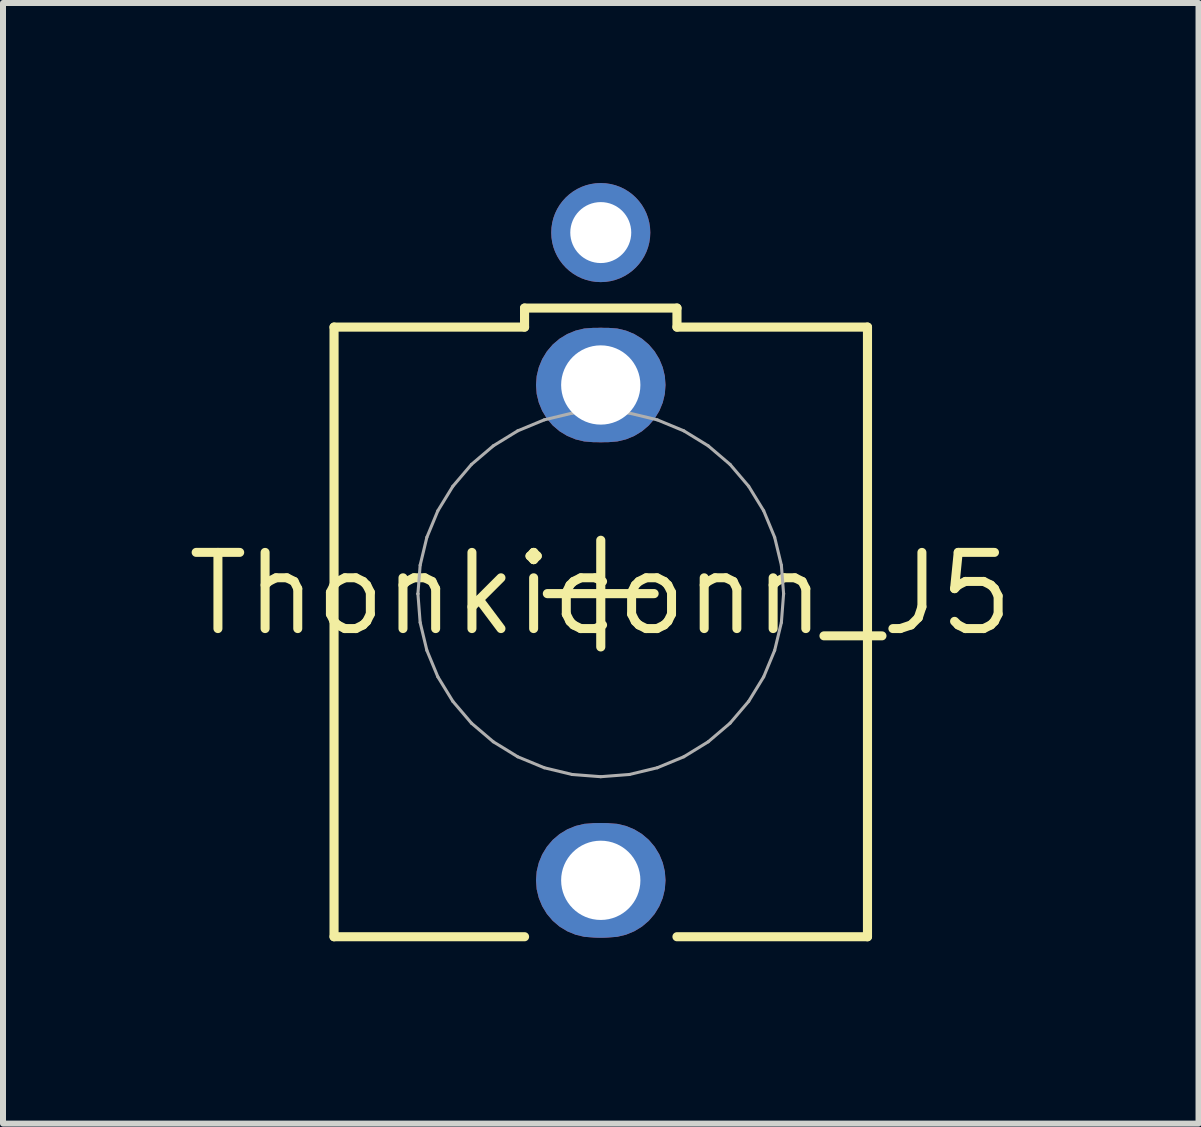
<source format=kicad_pcb>
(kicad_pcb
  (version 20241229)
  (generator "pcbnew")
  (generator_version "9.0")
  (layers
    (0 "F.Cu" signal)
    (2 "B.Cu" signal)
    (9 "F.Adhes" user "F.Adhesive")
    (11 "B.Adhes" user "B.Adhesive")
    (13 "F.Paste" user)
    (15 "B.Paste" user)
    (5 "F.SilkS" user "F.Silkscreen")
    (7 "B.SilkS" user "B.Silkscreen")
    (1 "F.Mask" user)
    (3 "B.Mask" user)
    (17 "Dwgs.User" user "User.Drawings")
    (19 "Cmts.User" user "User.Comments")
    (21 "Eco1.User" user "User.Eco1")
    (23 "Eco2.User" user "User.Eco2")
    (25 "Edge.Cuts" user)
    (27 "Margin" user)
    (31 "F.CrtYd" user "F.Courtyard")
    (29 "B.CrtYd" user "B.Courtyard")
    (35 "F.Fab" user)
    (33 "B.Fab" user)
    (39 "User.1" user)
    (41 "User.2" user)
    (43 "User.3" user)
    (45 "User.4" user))
  (footprint "Thonkiconn_J5"
    (layer "F.Cu")
    (at 6.962 6.846)
    (property "Reference" "Thonkiconn_J5" (at 0 0 0) (layer "F.SilkS") (effects (font (size 1.27 1.27) (thickness 0.15))))
    (fp_poly (pts (xy 0.276 -4.421) (xy 0.421 -4.386) (xy 0.559 -4.329) (xy 0.687 -4.251) (xy 0.801 -4.154) (xy 0.898 -4.04) (xy 0.976 -3.912) (xy 1.033 -3.774) (xy 1.068 -3.629) (xy 1.079 -3.48) (xy 1.068 -3.331) (xy 1.033 -3.186) (xy 0.976 -3.048) (xy 0.898 -2.92) (xy 0.801 -2.806) (xy 0.687 -2.709) (xy 0.559 -2.631) (xy 0.421 -2.574) (xy 0.276 -2.539) (xy 0.127 -2.527) (xy -0.127 -2.527) (xy -0.276 -2.539) (xy -0.421 -2.574) (xy -0.559 -2.631) (xy -0.687 -2.709) (xy -0.801 -2.806) (xy -0.898 -2.92) (xy -0.976 -3.048) (xy -1.033 -3.186) (xy -1.068 -3.331) (xy -1.079 -3.48) (xy -1.068 -3.629) (xy -1.033 -3.774) (xy -0.976 -3.912) (xy -0.898 -4.04) (xy -0.801 -4.154) (xy -0.687 -4.251) (xy -0.559 -4.329) (xy -0.421 -4.386) (xy -0.276 -4.421) (xy -0.127 -4.432) (xy 0.127 -4.432)) (stroke (width 0) (type default)) (fill yes) (layer "F.Cu"))
    (fp_poly (pts (xy 0.276 3.834) (xy 0.421 3.869) (xy 0.559 3.926) (xy 0.687 4.004) (xy 0.801 4.101) (xy 0.898 4.215) (xy 0.976 4.343) (xy 1.033 4.481) (xy 1.068 4.626) (xy 1.079 4.775) (xy 1.068 4.924) (xy 1.033 5.069) (xy 0.976 5.207) (xy 0.898 5.335) (xy 0.801 5.449) (xy 0.687 5.546) (xy 0.559 5.624) (xy 0.421 5.681) (xy 0.276 5.716) (xy 0.127 5.728) (xy -0.127 5.728) (xy -0.276 5.716) (xy -0.421 5.681) (xy -0.559 5.624) (xy -0.687 5.546) (xy -0.801 5.449) (xy -0.898 5.335) (xy -0.976 5.207) (xy -1.033 5.069) (xy -1.068 4.924) (xy -1.079 4.775) (xy -1.068 4.626) (xy -1.033 4.481) (xy -0.976 4.343) (xy -0.898 4.215) (xy -0.801 4.101) (xy -0.687 4.004) (xy -0.559 3.926) (xy -0.421 3.869) (xy -0.276 3.834) (xy -0.127 3.823) (xy 0.127 3.823)) (stroke (width 0) (type default)) (fill yes) (layer "F.Cu"))
    (fp_poly (pts (xy 0.292 -4.522) (xy 0.453 -4.483) (xy 0.606 -4.42) (xy 0.748 -4.334) (xy 0.873 -4.226) (xy 0.981 -4.1) (xy 1.067 -3.958) (xy 1.131 -3.806) (xy 1.169 -3.645) (xy 1.182 -3.48) (xy 1.169 -3.315) (xy 1.131 -3.154) (xy 1.067 -3.001) (xy 0.981 -2.859) (xy 0.873 -2.733) (xy 0.748 -2.626) (xy 0.606 -2.54) (xy 0.453 -2.476) (xy 0.292 -2.438) (xy 0.127 -2.425) (xy -0.127 -2.425) (xy -0.292 -2.438) (xy -0.453 -2.476) (xy -0.606 -2.54) (xy -0.748 -2.626) (xy -0.873 -2.733) (xy -0.981 -2.859) (xy -1.067 -3.001) (xy -1.131 -3.154) (xy -1.169 -3.315) (xy -1.182 -3.48) (xy -1.169 -3.645) (xy -1.131 -3.806) (xy -1.067 -3.958) (xy -0.981 -4.1) (xy -0.873 -4.226) (xy -0.748 -4.334) (xy -0.606 -4.42) (xy -0.453 -4.483) (xy -0.292 -4.522) (xy -0.127 -4.535) (xy 0.127 -4.535)) (stroke (width 0) (type default)) (fill yes) (layer "F.Mask"))
    (fp_poly (pts (xy 0.292 3.733) (xy 0.453 3.772) (xy 0.606 3.835) (xy 0.748 3.921) (xy 0.873 4.029) (xy 0.981 4.155) (xy 1.067 4.297) (xy 1.131 4.449) (xy 1.169 4.61) (xy 1.182 4.775) (xy 1.169 4.94) (xy 1.131 5.101) (xy 1.067 5.254) (xy 0.981 5.396) (xy 0.873 5.522) (xy 0.748 5.629) (xy 0.606 5.715) (xy 0.453 5.779) (xy 0.292 5.817) (xy 0.127 5.83) (xy -0.127 5.83) (xy -0.292 5.817) (xy -0.453 5.779) (xy -0.606 5.715) (xy -0.748 5.629) (xy -0.873 5.522) (xy -0.981 5.396) (xy -1.067 5.254) (xy -1.131 5.101) (xy -1.169 4.94) (xy -1.182 4.775) (xy -1.169 4.61) (xy -1.131 4.449) (xy -1.067 4.297) (xy -0.981 4.155) (xy -0.873 4.029) (xy -0.748 3.921) (xy -0.606 3.835) (xy -0.453 3.772) (xy -0.292 3.733) (xy -0.127 3.72) (xy 0.127 3.72)) (stroke (width 0) (type default)) (fill yes) (layer "F.Mask"))
    (fp_poly (pts (xy 0.276 -4.421) (xy 0.421 -4.386) (xy 0.559 -4.329) (xy 0.687 -4.251) (xy 0.801 -4.154) (xy 0.898 -4.04) (xy 0.976 -3.912) (xy 1.033 -3.774) (xy 1.068 -3.629) (xy 1.079 -3.48) (xy 1.068 -3.331) (xy 1.033 -3.186) (xy 0.976 -3.048) (xy 0.898 -2.92) (xy 0.801 -2.806) (xy 0.687 -2.709) (xy 0.559 -2.631) (xy 0.421 -2.574) (xy 0.276 -2.539) (xy 0.127 -2.527) (xy -0.127 -2.527) (xy -0.276 -2.539) (xy -0.421 -2.574) (xy -0.559 -2.631) (xy -0.687 -2.709) (xy -0.801 -2.806) (xy -0.898 -2.92) (xy -0.976 -3.048) (xy -1.033 -3.186) (xy -1.068 -3.331) (xy -1.079 -3.48) (xy -1.068 -3.629) (xy -1.033 -3.774) (xy -0.976 -3.912) (xy -0.898 -4.04) (xy -0.801 -4.154) (xy -0.687 -4.251) (xy -0.559 -4.329) (xy -0.421 -4.386) (xy -0.276 -4.421) (xy -0.127 -4.432) (xy 0.127 -4.432)) (stroke (width 0) (type default)) (fill yes) (layer "B.Cu"))
    (fp_poly (pts (xy 0.276 3.834) (xy 0.421 3.869) (xy 0.559 3.926) (xy 0.687 4.004) (xy 0.801 4.101) (xy 0.898 4.215) (xy 0.976 4.343) (xy 1.033 4.481) (xy 1.068 4.626) (xy 1.079 4.775) (xy 1.068 4.924) (xy 1.033 5.069) (xy 0.976 5.207) (xy 0.898 5.335) (xy 0.801 5.449) (xy 0.687 5.546) (xy 0.559 5.624) (xy 0.421 5.681) (xy 0.276 5.716) (xy 0.127 5.728) (xy -0.127 5.728) (xy -0.276 5.716) (xy -0.421 5.681) (xy -0.559 5.624) (xy -0.687 5.546) (xy -0.801 5.449) (xy -0.898 5.335) (xy -0.976 5.207) (xy -1.033 5.069) (xy -1.068 4.924) (xy -1.079 4.775) (xy -1.068 4.626) (xy -1.033 4.481) (xy -0.976 4.343) (xy -0.898 4.215) (xy -0.801 4.101) (xy -0.687 4.004) (xy -0.559 3.926) (xy -0.421 3.869) (xy -0.276 3.834) (xy -0.127 3.823) (xy 0.127 3.823)) (stroke (width 0) (type default)) (fill yes) (layer "B.Cu"))
    (fp_poly (pts (xy 0.292 -4.522) (xy 0.453 -4.483) (xy 0.606 -4.42) (xy 0.748 -4.334) (xy 0.873 -4.226) (xy 0.981 -4.1) (xy 1.067 -3.958) (xy 1.131 -3.806) (xy 1.169 -3.645) (xy 1.182 -3.48) (xy 1.169 -3.315) (xy 1.131 -3.154) (xy 1.067 -3.001) (xy 0.981 -2.859) (xy 0.873 -2.733) (xy 0.748 -2.626) (xy 0.606 -2.54) (xy 0.453 -2.476) (xy 0.292 -2.438) (xy 0.127 -2.425) (xy -0.127 -2.425) (xy -0.292 -2.438) (xy -0.453 -2.476) (xy -0.606 -2.54) (xy -0.748 -2.626) (xy -0.873 -2.733) (xy -0.981 -2.859) (xy -1.067 -3.001) (xy -1.131 -3.154) (xy -1.169 -3.315) (xy -1.182 -3.48) (xy -1.169 -3.645) (xy -1.131 -3.806) (xy -1.067 -3.958) (xy -0.981 -4.1) (xy -0.873 -4.226) (xy -0.748 -4.334) (xy -0.606 -4.42) (xy -0.453 -4.483) (xy -0.292 -4.522) (xy -0.127 -4.535) (xy 0.127 -4.535)) (stroke (width 0) (type default)) (fill yes) (layer "B.Mask"))
    (fp_poly (pts (xy 0.292 3.733) (xy 0.453 3.772) (xy 0.606 3.835) (xy 0.748 3.921) (xy 0.873 4.029) (xy 0.981 4.155) (xy 1.067 4.297) (xy 1.131 4.449) (xy 1.169 4.61) (xy 1.182 4.775) (xy 1.169 4.94) (xy 1.131 5.101) (xy 1.067 5.254) (xy 0.981 5.396) (xy 0.873 5.522) (xy 0.748 5.629) (xy 0.606 5.715) (xy 0.453 5.779) (xy 0.292 5.817) (xy 0.127 5.83) (xy -0.127 5.83) (xy -0.292 5.817) (xy -0.453 5.779) (xy -0.606 5.715) (xy -0.748 5.629) (xy -0.873 5.522) (xy -0.981 5.396) (xy -1.067 5.254) (xy -1.131 5.101) (xy -1.169 4.94) (xy -1.182 4.775) (xy -1.169 4.61) (xy -1.131 4.449) (xy -1.067 4.297) (xy -0.981 4.155) (xy -0.873 4.029) (xy -0.748 3.921) (xy -0.606 3.835) (xy -0.453 3.772) (xy -0.292 3.733) (xy -0.127 3.72) (xy 0.127 3.72)) (stroke (width 0) (type default)) (fill yes) (layer "B.Mask"))
    (fp_line (start -4.445 -4.445) (end -4.445 5.715) (stroke (width 0.152) (type solid)) (layer "F.SilkS"))
    (fp_line (start -1.27 -4.762) (end 1.27 -4.762) (stroke (width 0.152) (type solid)) (layer "F.SilkS"))
    (fp_line (start -1.27 -4.445) (end -4.445 -4.445) (stroke (width 0.152) (type solid)) (layer "F.SilkS"))
    (fp_line (start -1.27 -4.445) (end -1.27 -4.762) (stroke (width 0.152) (type solid)) (layer "F.SilkS"))
    (fp_line (start -1.27 5.715) (end -4.445 5.715) (stroke (width 0.152) (type solid)) (layer "F.SilkS"))
    (fp_line (start -0.89 -0.003) (end 0.889 -0.003) (stroke (width 0.152) (type solid)) (layer "F.SilkS"))
    (fp_line (start 0 0.885) (end 0 -0.892) (stroke (width 0.152) (type solid)) (layer "F.SilkS"))
    (fp_line (start 1.27 -4.762) (end 1.27 -4.445) (stroke (width 0.152) (type solid)) (layer "F.SilkS"))
    (fp_line (start 1.27 -4.445) (end 4.445 -4.445) (stroke (width 0.152) (type solid)) (layer "F.SilkS"))
    (fp_line (start 1.27 5.715) (end 4.445 5.715) (stroke (width 0.152) (type solid)) (layer "F.SilkS"))
    (fp_line (start 4.445 5.715) (end 4.445 -4.445) (stroke (width 0.152) (type solid)) (layer "F.SilkS"))
    (fp_line (start -3.047 -0.001) (end -3.047 0.001) (stroke (width 0.051) (type solid)) (layer "F.Fab"))
    (fp_line (start -3.047 0.001) (end -3.01 0.478) (stroke (width 0.051) (type solid)) (layer "F.Fab"))
    (fp_line (start -3.01 -0.477) (end -3.047 -0.001) (stroke (width 0.051) (type solid)) (layer "F.Fab"))
    (fp_line (start -3.01 0.478) (end -2.898 0.943) (stroke (width 0.051) (type solid)) (layer "F.Fab"))
    (fp_line (start -2.898 -0.942) (end -3.01 -0.477) (stroke (width 0.051) (type solid)) (layer "F.Fab"))
    (fp_line (start -2.898 0.943) (end -2.715 1.384) (stroke (width 0.051) (type solid)) (layer "F.Fab"))
    (fp_line (start -2.715 -1.384) (end -2.898 -0.942) (stroke (width 0.051) (type solid)) (layer "F.Fab"))
    (fp_line (start -2.715 1.384) (end -2.465 1.792) (stroke (width 0.051) (type solid)) (layer "F.Fab"))
    (fp_line (start -2.465 -1.792) (end -2.715 -1.384) (stroke (width 0.051) (type solid)) (layer "F.Fab"))
    (fp_line (start -2.465 1.792) (end -2.155 2.156) (stroke (width 0.051) (type solid)) (layer "F.Fab"))
    (fp_line (start -2.155 -2.156) (end -2.465 -1.792) (stroke (width 0.051) (type solid)) (layer "F.Fab"))
    (fp_line (start -2.155 2.156) (end -1.791 2.466) (stroke (width 0.051) (type solid)) (layer "F.Fab"))
    (fp_line (start -1.791 -2.466) (end -2.155 -2.156) (stroke (width 0.051) (type solid)) (layer "F.Fab"))
    (fp_line (start -1.791 2.466) (end -1.384 2.716) (stroke (width 0.051) (type solid)) (layer "F.Fab"))
    (fp_line (start -1.384 -2.716) (end -1.791 -2.466) (stroke (width 0.051) (type solid)) (layer "F.Fab"))
    (fp_line (start -1.384 2.716) (end -0.942 2.899) (stroke (width 0.051) (type solid)) (layer "F.Fab"))
    (fp_line (start -0.942 -2.899) (end -1.384 -2.716) (stroke (width 0.051) (type solid)) (layer "F.Fab"))
    (fp_line (start -0.942 2.899) (end -0.477 3.011) (stroke (width 0.051) (type solid)) (layer "F.Fab"))
    (fp_line (start -0.477 -3.011) (end -0.942 -2.899) (stroke (width 0.051) (type solid)) (layer "F.Fab"))
    (fp_line (start -0.477 3.011) (end 0 3.048) (stroke (width 0.051) (type solid)) (layer "F.Fab"))
    (fp_line (start 0 -3.048) (end -0.477 -3.011) (stroke (width 0.051) (type solid)) (layer "F.Fab"))
    (fp_line (start 0 3.048) (end 0.477 3.011) (stroke (width 0.051) (type solid)) (layer "F.Fab"))
    (fp_line (start 0.477 -3.011) (end 0 -3.048) (stroke (width 0.051) (type solid)) (layer "F.Fab"))
    (fp_line (start 0.477 3.011) (end 0.942 2.899) (stroke (width 0.051) (type solid)) (layer "F.Fab"))
    (fp_line (start 0.942 -2.899) (end 0.477 -3.011) (stroke (width 0.051) (type solid)) (layer "F.Fab"))
    (fp_line (start 0.942 2.899) (end 1.384 2.716) (stroke (width 0.051) (type solid)) (layer "F.Fab"))
    (fp_line (start 1.384 -2.716) (end 0.942 -2.899) (stroke (width 0.051) (type solid)) (layer "F.Fab"))
    (fp_line (start 1.384 2.716) (end 1.791 2.466) (stroke (width 0.051) (type solid)) (layer "F.Fab"))
    (fp_line (start 1.791 -2.466) (end 1.384 -2.716) (stroke (width 0.051) (type solid)) (layer "F.Fab"))
    (fp_line (start 1.791 2.466) (end 2.155 2.156) (stroke (width 0.051) (type solid)) (layer "F.Fab"))
    (fp_line (start 2.155 -2.156) (end 1.791 -2.466) (stroke (width 0.051) (type solid)) (layer "F.Fab"))
    (fp_line (start 2.155 2.156) (end 2.465 1.792) (stroke (width 0.051) (type solid)) (layer "F.Fab"))
    (fp_line (start 2.465 -1.792) (end 2.155 -2.156) (stroke (width 0.051) (type solid)) (layer "F.Fab"))
    (fp_line (start 2.465 1.792) (end 2.715 1.384) (stroke (width 0.051) (type solid)) (layer "F.Fab"))
    (fp_line (start 2.715 -1.384) (end 2.465 -1.792) (stroke (width 0.051) (type solid)) (layer "F.Fab"))
    (fp_line (start 2.715 1.384) (end 2.898 0.943) (stroke (width 0.051) (type solid)) (layer "F.Fab"))
    (fp_line (start 2.898 -0.942) (end 2.715 -1.384) (stroke (width 0.051) (type solid)) (layer "F.Fab"))
    (fp_line (start 2.898 0.943) (end 3.01 0.478) (stroke (width 0.051) (type solid)) (layer "F.Fab"))
    (fp_line (start 3.01 -0.477) (end 2.898 -0.942) (stroke (width 0.051) (type solid)) (layer "F.Fab"))
    (fp_line (start 3.01 0.478) (end 3.047 0.001) (stroke (width 0.051) (type solid)) (layer "F.Fab"))
    (fp_line (start 3.047 -0.001) (end 3.01 -0.477) (stroke (width 0.051) (type solid)) (layer "F.Fab"))
    (fp_line (start 3.047 0.001) (end 3.047 -0.001) (stroke (width 0.051) (type solid)) (layer "F.Fab"))
    (pad "1" thru_hole circle (at 0 -3.48) (size 1.905 1.905) (drill 1.321) (layers "*.Cu"))
    (pad "2" thru_hole circle (at 0 4.775) (size 1.905 1.905) (drill 1.321) (layers "*.Cu"))
    (pad "3" thru_hole circle (at 0 -6.02) (size 1.651 1.651) (drill 1.016) (layers "*.Cu" "*.Mask"))
    (zone (net_name "") (layer "F.Cu") (hatch edge 0.5) (connect_pads) (min_thickness 0.25) (filled_areas_thickness no) (keepout (tracks not_allowed) (vias not_allowed) (pads not_allowed) (copperpour not_allowed) (footprints allowed)) (placement (enabled no)) (fill) (polygon (pts (xy 8.204 6.845) (xy 8.184 6.623) (xy 8.125 6.408) (xy 8.028 6.207) (xy 7.897 6.027) (xy 7.736 5.873) (xy 7.551 5.751) (xy 7.346 5.663) (xy 7.129 5.614) (xy 6.906 5.604) (xy 6.686 5.634) (xy 6.474 5.702) (xy 6.278 5.808) (xy 6.104 5.947) (xy 5.957 6.114) (xy 5.843 6.306) (xy 5.765 6.514) (xy 5.725 6.733) (xy 5.725 6.956) (xy 5.765 7.175) (xy 5.843 7.383) (xy 5.957 7.575) (xy 6.104 7.742) (xy 6.278 7.881) (xy 6.474 7.987) (xy 6.686 8.055) (xy 6.906 8.085) (xy 7.129 8.075) (xy 7.346 8.026) (xy 7.551 7.938) (xy 7.736 7.816) (xy 7.897 7.662) (xy 8.028 7.482) (xy 8.125 7.281) (xy 8.184 7.066))) (polygon (pts (xy 7.954 6.845) (xy 7.934 6.645) (xy 7.874 6.453) (xy 7.776 6.278) (xy 7.646 6.126) (xy 7.487 6.003) (xy 7.307 5.914) (xy 7.112 5.864) (xy 6.912 5.854) (xy 6.713 5.884) (xy 6.525 5.954) (xy 6.355 6.06) (xy 6.209 6.198) (xy 6.095 6.363) (xy 6.016 6.548) (xy 5.975 6.744) (xy 5.975 6.945) (xy 6.016 7.141) (xy 6.095 7.326) (xy 6.209 7.491) (xy 6.355 7.629) (xy 6.525 7.735) (xy 6.713 7.805) (xy 6.912 7.835) (xy 7.112 7.825) (xy 7.307 7.775) (xy 7.487 7.686) (xy 7.646 7.563) (xy 7.776 7.411) (xy 7.874 7.236) (xy 7.934 7.044)))))
  (gr_rect
    (start -3 -3)
    (end 16.924 15.675)
    (stroke (width 0.1) (type default))
    (fill no)
    (layer "Edge.Cuts")))
</source>
